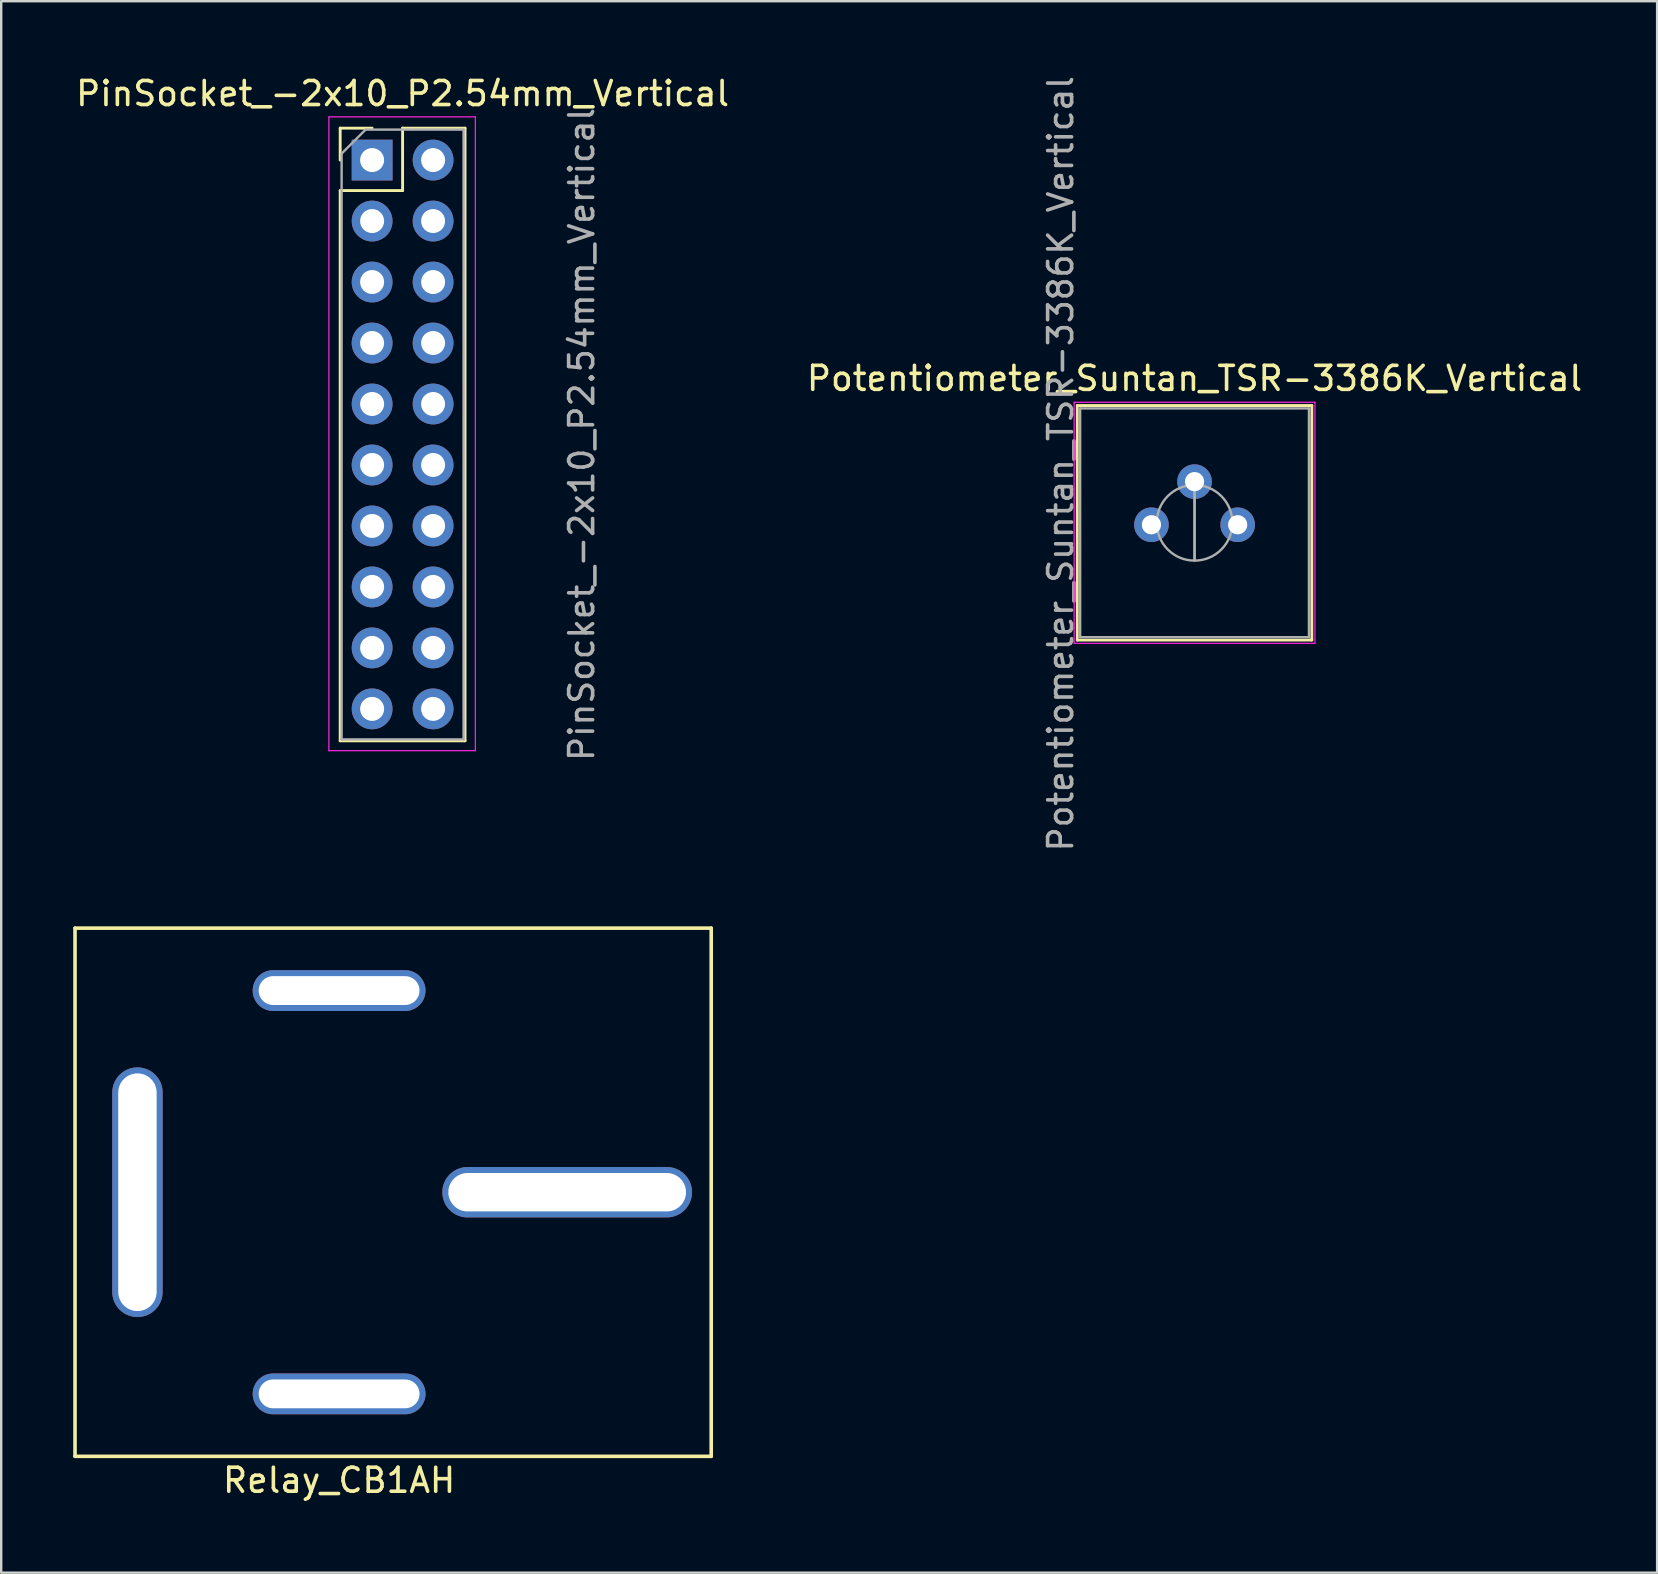
<source format=kicad_pcb>
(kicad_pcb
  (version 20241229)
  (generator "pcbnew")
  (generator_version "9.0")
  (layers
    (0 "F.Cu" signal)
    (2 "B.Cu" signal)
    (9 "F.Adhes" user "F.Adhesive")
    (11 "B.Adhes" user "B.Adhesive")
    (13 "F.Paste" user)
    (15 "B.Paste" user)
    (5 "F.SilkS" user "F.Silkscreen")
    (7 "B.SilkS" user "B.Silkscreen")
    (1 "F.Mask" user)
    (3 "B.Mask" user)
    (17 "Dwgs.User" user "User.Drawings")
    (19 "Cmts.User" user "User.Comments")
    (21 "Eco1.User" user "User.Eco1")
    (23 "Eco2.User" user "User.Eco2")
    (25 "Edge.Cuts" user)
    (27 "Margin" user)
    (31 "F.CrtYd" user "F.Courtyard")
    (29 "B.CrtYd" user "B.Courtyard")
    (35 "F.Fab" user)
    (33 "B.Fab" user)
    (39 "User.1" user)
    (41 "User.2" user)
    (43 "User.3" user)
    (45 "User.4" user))
  (footprint "PinSocket_-2x10_P2.54mm_Vertical"
    (layer "F.Cu")
    (at 14.99 3.618)
    (property "Reference" "PinSocket_-2x10_P2.54mm_Vertical" (at -1.27 -2.77 0) (layer "F.SilkS") (effects (font (size 1 1) (thickness 0.15))))
    (attr through_hole)
    (fp_line (start -3.87 -1.33) (end -3.87 0) (stroke (width 0.12) (type solid)) (layer "F.SilkS"))
    (fp_line (start -3.87 1.27) (end -3.87 24.19) (stroke (width 0.12) (type solid)) (layer "F.SilkS"))
    (fp_line (start -3.87 24.19) (end 1.33 24.19) (stroke (width 0.12) (type solid)) (layer "F.SilkS"))
    (fp_line (start -2.54 -1.33) (end -3.87 -1.33) (stroke (width 0.12) (type solid)) (layer "F.SilkS"))
    (fp_line (start -1.27 -1.33) (end -1.27 1.27) (stroke (width 0.12) (type solid)) (layer "F.SilkS"))
    (fp_line (start -1.27 1.27) (end -3.87 1.27) (stroke (width 0.12) (type solid)) (layer "F.SilkS"))
    (fp_line (start 1.33 -1.33) (end -1.27 -1.33) (stroke (width 0.12) (type solid)) (layer "F.SilkS"))
    (fp_line (start 1.33 -1.33) (end 1.33 24.19) (stroke (width 0.12) (type solid)) (layer "F.SilkS"))
    (fp_line (start -4.34 -1.8) (end 1.76 -1.8) (stroke (width 0.05) (type solid)) (layer "F.CrtYd"))
    (fp_line (start -4.34 24.6) (end -4.34 -1.8) (stroke (width 0.05) (type solid)) (layer "F.CrtYd"))
    (fp_line (start 1.76 -1.8) (end 1.76 24.6) (stroke (width 0.05) (type solid)) (layer "F.CrtYd"))
    (fp_line (start 1.76 24.6) (end -4.34 24.6) (stroke (width 0.05) (type solid)) (layer "F.CrtYd"))
    (fp_line (start -3.81 -0.27) (end -3.81 24.13) (stroke (width 0.1) (type solid)) (layer "F.Fab"))
    (fp_line (start -2.81 -1.27) (end -3.81 -0.27) (stroke (width 0.1) (type solid)) (layer "F.Fab"))
    (fp_line (start 1.27 -1.27) (end -2.81 -1.27) (stroke (width 0.1) (type solid)) (layer "F.Fab"))
    (fp_line (start 1.27 24.13) (end -3.81 24.13) (stroke (width 0.1) (type solid)) (layer "F.Fab"))
    (fp_line (start 1.27 24.13) (end 1.27 -1.27) (stroke (width 0.1) (type solid)) (layer "F.Fab"))
    (fp_text user "${REFERENCE}" (at 6.19 11.43 90) (layer "F.Fab") (effects (font (size 1 1) (thickness 0.15))))
    (pad "1" thru_hole rect (at -2.54 0) (size 1.7 1.7) (drill 1) (layers "*.Cu" "*.Mask"))
    (pad "2" thru_hole oval (at 0 0) (size 1.7 1.7) (drill 1) (layers "*.Cu" "*.Mask"))
    (pad "3" thru_hole oval (at -2.54 2.54) (size 1.7 1.7) (drill 1) (layers "*.Cu" "*.Mask"))
    (pad "4" thru_hole oval (at 0 2.54) (size 1.7 1.7) (drill 1) (layers "*.Cu" "*.Mask"))
    (pad "5" thru_hole oval (at -2.54 5.08) (size 1.7 1.7) (drill 1) (layers "*.Cu" "*.Mask"))
    (pad "6" thru_hole oval (at 0 5.08) (size 1.7 1.7) (drill 1) (layers "*.Cu" "*.Mask"))
    (pad "7" thru_hole oval (at -2.54 7.62) (size 1.7 1.7) (drill 1) (layers "*.Cu" "*.Mask"))
    (pad "8" thru_hole oval (at 0 7.62) (size 1.7 1.7) (drill 1) (layers "*.Cu" "*.Mask"))
    (pad "9" thru_hole oval (at -2.54 10.16) (size 1.7 1.7) (drill 1) (layers "*.Cu" "*.Mask"))
    (pad "10" thru_hole oval (at 0 10.16) (size 1.7 1.7) (drill 1) (layers "*.Cu" "*.Mask"))
    (pad "11" thru_hole oval (at -2.54 12.7) (size 1.7 1.7) (drill 1) (layers "*.Cu" "*.Mask"))
    (pad "12" thru_hole oval (at 0 12.7) (size 1.7 1.7) (drill 1) (layers "*.Cu" "*.Mask"))
    (pad "13" thru_hole oval (at -2.54 15.24) (size 1.7 1.7) (drill 1) (layers "*.Cu" "*.Mask"))
    (pad "14" thru_hole oval (at 0 15.24) (size 1.7 1.7) (drill 1) (layers "*.Cu" "*.Mask"))
    (pad "15" thru_hole oval (at -2.54 17.78) (size 1.7 1.7) (drill 1) (layers "*.Cu" "*.Mask"))
    (pad "16" thru_hole oval (at 0 17.78) (size 1.7 1.7) (drill 1) (layers "*.Cu" "*.Mask"))
    (pad "17" thru_hole oval (at -2.54 20.32) (size 1.7 1.7) (drill 1) (layers "*.Cu" "*.Mask"))
    (pad "18" thru_hole oval (at 0 20.32) (size 1.7 1.7) (drill 1) (layers "*.Cu" "*.Mask"))
    (pad "19" thru_hole oval (at -2.54 22.86) (size 1.7 1.7) (drill 1) (layers "*.Cu" "*.Mask"))
    (pad "20" thru_hole oval (at 0 22.86) (size 1.7 1.7) (drill 1) (layers "*.Cu" "*.Mask")))
  (footprint "Potentiometer_Suntan_TSR-3386K_Vertical"
    (layer "F.Cu")
    (at 46.708 17.012)
    (property "Reference" "Potentiometer_Suntan_TSR-3386K_Vertical" (at 0 -4.3 0) (layer "F.SilkS") (effects (font (size 1 1) (thickness 0.15))))
    (attr through_hole)
    (fp_line (start -4.885 -3.17) (end -4.885 6.6) (stroke (width 0.12) (type solid)) (layer "F.SilkS"))
    (fp_line (start -4.885 -3.17) (end 4.885 -3.17) (stroke (width 0.12) (type solid)) (layer "F.SilkS"))
    (fp_line (start -4.885 6.6) (end 4.885 6.6) (stroke (width 0.12) (type solid)) (layer "F.SilkS"))
    (fp_line (start 4.885 -3.17) (end 4.885 6.6) (stroke (width 0.12) (type solid)) (layer "F.SilkS"))
    (fp_line (start -5.015 -3.305) (end -5.015 6.735) (stroke (width 0.05) (type solid)) (layer "F.CrtYd"))
    (fp_line (start -5.015 6.735) (end 5.015 6.735) (stroke (width 0.05) (type solid)) (layer "F.CrtYd"))
    (fp_line (start 5.015 -3.305) (end -5.015 -3.305) (stroke (width 0.05) (type solid)) (layer "F.CrtYd"))
    (fp_line (start 5.015 6.735) (end 5.015 -3.305) (stroke (width 0.05) (type solid)) (layer "F.CrtYd"))
    (fp_line (start -4.765 -3.05) (end -4.765 6.48) (stroke (width 0.1) (type solid)) (layer "F.Fab"))
    (fp_line (start -4.765 -3.05) (end 4.765 -3.05) (stroke (width 0.1) (type solid)) (layer "F.Fab"))
    (fp_line (start -4.765 6.48) (end 4.765 6.48) (stroke (width 0.1) (type solid)) (layer "F.Fab"))
    (fp_line (start 0 3.275) (end 0.001 0.156) (stroke (width 0.1) (type solid)) (layer "F.Fab"))
    (fp_line (start 0 3.275) (end 0.001 0.156) (stroke (width 0.1) (type solid)) (layer "F.Fab"))
    (fp_line (start 4.765 -3.05) (end 4.765 6.48) (stroke (width 0.1) (type solid)) (layer "F.Fab"))
    (fp_circle (center 0 1.715) (end 1.575 1.715) (stroke (width 0.1) (type solid)) (fill no) (layer "F.Fab"))
    (fp_text user "${REFERENCE}" (at -5.576 -0.744 90) (layer "F.Fab") (effects (font (size 1 1) (thickness 0.15))))
    (pad "1" thru_hole circle (at -1.796 1.796) (size 1.44 1.44) (drill 0.8) (layers "*.Cu" "*.Mask"))
    (pad "2" thru_hole circle (at 0 0) (size 1.44 1.44) (drill 0.8) (layers "*.Cu" "*.Mask"))
    (pad "3" thru_hole circle (at 1.796 1.796) (size 1.44 1.44) (drill 0.8) (layers "*.Cu" "*.Mask")))
  (footprint "Relay_CB1AH"
    (layer "F.Cu")
    (at 11.075 46.611)
    (property "Reference" "Relay_CB1AH" (at 0 12 0) (layer "F.SilkS") (effects (font (size 1 1) (thickness 0.15))))
    (attr through_hole)
    (fp_line (start -11 -11) (end 15.5 -11) (stroke (width 0.15) (type solid)) (layer "F.SilkS"))
    (fp_line (start -11 11) (end -11 -11) (stroke (width 0.15) (type solid)) (layer "F.SilkS"))
    (fp_line (start 15.5 -11) (end 15.5 11) (stroke (width 0.15) (type solid)) (layer "F.SilkS"))
    (fp_line (start 15.5 11) (end -11 11) (stroke (width 0.15) (type solid)) (layer "F.SilkS"))
    (pad "1" thru_hole oval (at 0 -8.4) (size 7.2 1.7) (drill oval 6.7 1.2) (layers "*.Cu" "*.Mask"))
    (pad "2" thru_hole oval (at 0 8.4) (size 7.2 1.7) (drill oval 6.7 1.2) (layers "*.Cu" "*.Mask"))
    (pad "3" thru_hole oval (at -8.4 0) (size 2.1 10.4) (drill oval 1.6 9.9) (layers "*.Cu" "*.Mask"))
    (pad "4" thru_hole oval (at 9.5 0 90) (size 2.1 10.4) (drill oval 1.6 9.9) (layers "*.Cu" "*.Mask")))
  (gr_rect
    (start -3 -3)
    (end 65.976 62.459)
    (stroke (width 0.1) (type default))
    (fill no)
    (layer "Edge.Cuts")))
</source>
